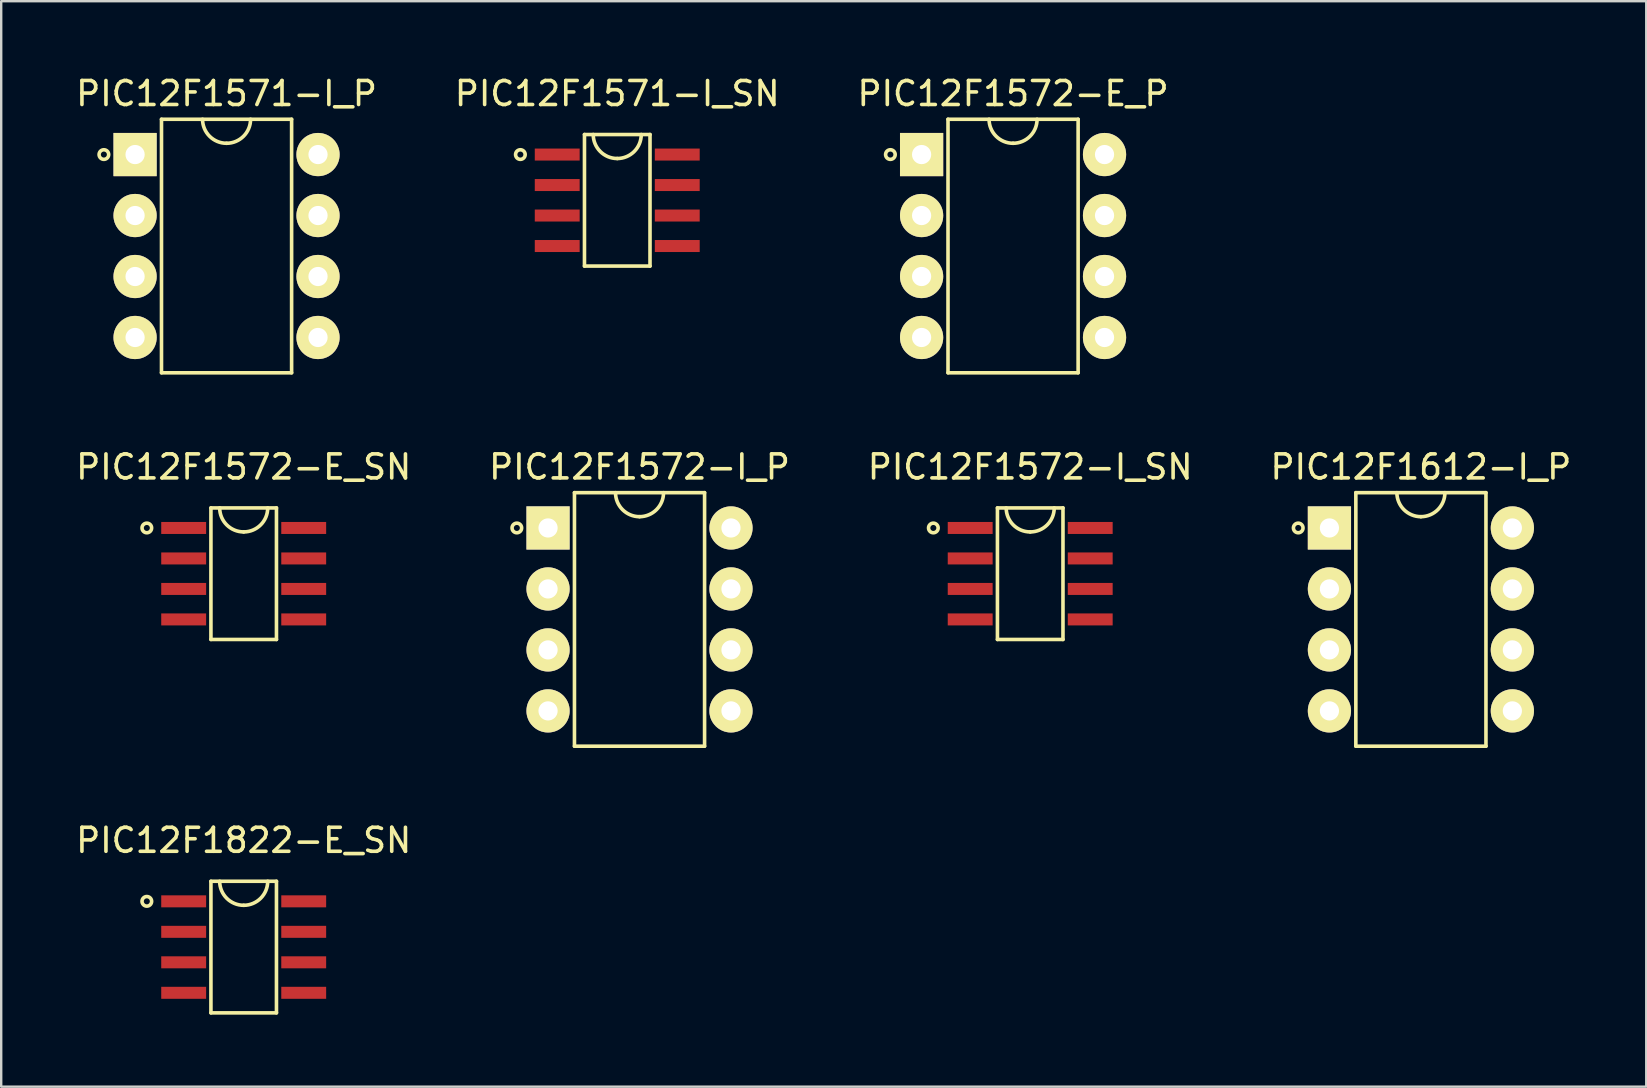
<source format=kicad_pcb>
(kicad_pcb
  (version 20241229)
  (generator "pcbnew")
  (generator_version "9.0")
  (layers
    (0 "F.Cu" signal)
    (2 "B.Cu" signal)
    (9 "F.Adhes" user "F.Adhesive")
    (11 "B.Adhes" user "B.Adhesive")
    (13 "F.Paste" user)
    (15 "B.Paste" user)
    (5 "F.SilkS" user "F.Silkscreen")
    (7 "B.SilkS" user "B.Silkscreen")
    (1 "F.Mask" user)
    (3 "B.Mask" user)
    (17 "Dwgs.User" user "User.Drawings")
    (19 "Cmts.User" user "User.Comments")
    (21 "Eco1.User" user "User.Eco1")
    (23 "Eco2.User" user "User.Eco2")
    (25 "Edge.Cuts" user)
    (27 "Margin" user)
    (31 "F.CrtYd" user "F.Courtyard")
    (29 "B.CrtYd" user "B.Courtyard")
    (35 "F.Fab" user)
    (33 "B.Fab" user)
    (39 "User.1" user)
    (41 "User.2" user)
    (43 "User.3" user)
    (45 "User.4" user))
  (footprint "PIC12F1822-E_SN"
    (layer "F.Cu")
    (at 4.601 34.495)
    (property "Reference" "PIC12F1822-E_SN" (at 2.5 -2.54 0) (layer "F.SilkS") (effects (font (size 1 1) (thickness 0.15))))
    (attr through_hole)
    (fp_line (start 1.135 -0.835) (end 3.865 -0.835) (stroke (width 0.15) (type solid)) (layer "F.SilkS"))
    (fp_line (start 1.135 4.645) (end 1.135 -0.835) (stroke (width 0.15) (type solid)) (layer "F.SilkS"))
    (fp_line (start 3.865 -0.835) (end 3.865 4.645) (stroke (width 0.15) (type solid)) (layer "F.SilkS"))
    (fp_line (start 3.865 4.645) (end 1.135 4.645) (stroke (width 0.15) (type solid)) (layer "F.SilkS"))
    (fp_arc (start 2.5 0.165) (mid 1.792893 -0.127893) (end 1.5 -0.835) (stroke (width 0.15) (type solid)) (layer "F.SilkS"))
    (fp_arc (start 3.5 -0.835) (mid 3.207107 -0.127893) (end 2.5 0.165) (stroke (width 0.15) (type solid)) (layer "F.SilkS"))
    (fp_circle (center -1.535 0) (end -1.535 0.2) (stroke (width 0.15) (type solid)) (fill no) (layer "F.SilkS"))
    (pad "1" smd rect (at 0 0) (size 1.87 0.5) (layers "F.Cu" "F.Mask" "F.Paste"))
    (pad "2" smd rect (at 0 1.27) (size 1.87 0.5) (layers "F.Cu" "F.Mask" "F.Paste"))
    (pad "3" smd rect (at 0 2.54) (size 1.87 0.5) (layers "F.Cu" "F.Mask" "F.Paste"))
    (pad "4" smd rect (at 0 3.81) (size 1.87 0.5) (layers "F.Cu" "F.Mask" "F.Paste"))
    (pad "5" smd rect (at 5 3.81) (size 1.87 0.5) (layers "F.Cu" "F.Mask" "F.Paste"))
    (pad "6" smd rect (at 5 2.54) (size 1.87 0.5) (layers "F.Cu" "F.Mask" "F.Paste"))
    (pad "7" smd rect (at 5 1.27) (size 1.87 0.5) (layers "F.Cu" "F.Mask" "F.Paste"))
    (pad "8" smd rect (at 5 0) (size 1.87 0.5) (layers "F.Cu" "F.Mask" "F.Paste")))
  (footprint "PIC12F1571-I_SN"
    (layer "F.Cu")
    (at 20.161 3.388)
    (property "Reference" "PIC12F1571-I_SN" (at 2.5 -2.54 0) (layer "F.SilkS") (effects (font (size 1 1) (thickness 0.15))))
    (attr through_hole)
    (fp_line (start 1.135 -0.835) (end 3.865 -0.835) (stroke (width 0.15) (type solid)) (layer "F.SilkS"))
    (fp_line (start 1.135 4.645) (end 1.135 -0.835) (stroke (width 0.15) (type solid)) (layer "F.SilkS"))
    (fp_line (start 3.865 -0.835) (end 3.865 4.645) (stroke (width 0.15) (type solid)) (layer "F.SilkS"))
    (fp_line (start 3.865 4.645) (end 1.135 4.645) (stroke (width 0.15) (type solid)) (layer "F.SilkS"))
    (fp_arc (start 2.5 0.165) (mid 1.792893 -0.127893) (end 1.5 -0.835) (stroke (width 0.15) (type solid)) (layer "F.SilkS"))
    (fp_arc (start 3.5 -0.835) (mid 3.207107 -0.127893) (end 2.5 0.165) (stroke (width 0.15) (type solid)) (layer "F.SilkS"))
    (fp_circle (center -1.535 0) (end -1.535 0.2) (stroke (width 0.15) (type solid)) (fill no) (layer "F.SilkS"))
    (pad "1" smd rect (at 0 0) (size 1.87 0.5) (layers "F.Cu" "F.Mask" "F.Paste"))
    (pad "2" smd rect (at 0 1.27) (size 1.87 0.5) (layers "F.Cu" "F.Mask" "F.Paste"))
    (pad "3" smd rect (at 0 2.54) (size 1.87 0.5) (layers "F.Cu" "F.Mask" "F.Paste"))
    (pad "4" smd rect (at 0 3.81) (size 1.87 0.5) (layers "F.Cu" "F.Mask" "F.Paste"))
    (pad "5" smd rect (at 5 3.81) (size 1.87 0.5) (layers "F.Cu" "F.Mask" "F.Paste"))
    (pad "6" smd rect (at 5 2.54) (size 1.87 0.5) (layers "F.Cu" "F.Mask" "F.Paste"))
    (pad "7" smd rect (at 5 1.27) (size 1.87 0.5) (layers "F.Cu" "F.Mask" "F.Paste"))
    (pad "8" smd rect (at 5 0) (size 1.87 0.5) (layers "F.Cu" "F.Mask" "F.Paste")))
  (footprint "PIC12F1572-E_SN"
    (layer "F.Cu")
    (at 4.601 18.942)
    (property "Reference" "PIC12F1572-E_SN" (at 2.5 -2.54 0) (layer "F.SilkS") (effects (font (size 1 1) (thickness 0.15))))
    (attr through_hole)
    (fp_line (start 1.135 -0.835) (end 3.865 -0.835) (stroke (width 0.15) (type solid)) (layer "F.SilkS"))
    (fp_line (start 1.135 4.645) (end 1.135 -0.835) (stroke (width 0.15) (type solid)) (layer "F.SilkS"))
    (fp_line (start 3.865 -0.835) (end 3.865 4.645) (stroke (width 0.15) (type solid)) (layer "F.SilkS"))
    (fp_line (start 3.865 4.645) (end 1.135 4.645) (stroke (width 0.15) (type solid)) (layer "F.SilkS"))
    (fp_arc (start 2.5 0.165) (mid 1.792893 -0.127893) (end 1.5 -0.835) (stroke (width 0.15) (type solid)) (layer "F.SilkS"))
    (fp_arc (start 3.5 -0.835) (mid 3.207107 -0.127893) (end 2.5 0.165) (stroke (width 0.15) (type solid)) (layer "F.SilkS"))
    (fp_circle (center -1.535 0) (end -1.535 0.2) (stroke (width 0.15) (type solid)) (fill no) (layer "F.SilkS"))
    (pad "1" smd rect (at 0 0) (size 1.87 0.5) (layers "F.Cu" "F.Mask" "F.Paste"))
    (pad "2" smd rect (at 0 1.27) (size 1.87 0.5) (layers "F.Cu" "F.Mask" "F.Paste"))
    (pad "3" smd rect (at 0 2.54) (size 1.87 0.5) (layers "F.Cu" "F.Mask" "F.Paste"))
    (pad "4" smd rect (at 0 3.81) (size 1.87 0.5) (layers "F.Cu" "F.Mask" "F.Paste"))
    (pad "5" smd rect (at 5 3.81) (size 1.87 0.5) (layers "F.Cu" "F.Mask" "F.Paste"))
    (pad "6" smd rect (at 5 2.54) (size 1.87 0.5) (layers "F.Cu" "F.Mask" "F.Paste"))
    (pad "7" smd rect (at 5 1.27) (size 1.87 0.5) (layers "F.Cu" "F.Mask" "F.Paste"))
    (pad "8" smd rect (at 5 0) (size 1.87 0.5) (layers "F.Cu" "F.Mask" "F.Paste")))
  (footprint "PIC12F1571-I_P"
    (layer "F.Cu")
    (at 2.577 3.388)
    (property "Reference" "PIC12F1571-I_P" (at 3.81 -2.54 0) (layer "F.SilkS") (effects (font (size 1 1) (thickness 0.15))))
    (attr through_hole)
    (fp_line (start 1.1 -1.47) (end 6.52 -1.47) (stroke (width 0.15) (type solid)) (layer "F.SilkS"))
    (fp_line (start 1.1 9.09) (end 1.1 -1.47) (stroke (width 0.15) (type solid)) (layer "F.SilkS"))
    (fp_line (start 6.52 -1.47) (end 6.52 9.09) (stroke (width 0.15) (type solid)) (layer "F.SilkS"))
    (fp_line (start 6.52 9.09) (end 1.1 9.09) (stroke (width 0.15) (type solid)) (layer "F.SilkS"))
    (fp_arc (start 3.81 -0.47) (mid 3.102893 -0.762893) (end 2.81 -1.47) (stroke (width 0.15) (type solid)) (layer "F.SilkS"))
    (fp_arc (start 4.81 -1.47) (mid 4.517107 -0.762893) (end 3.81 -0.47) (stroke (width 0.15) (type solid)) (layer "F.SilkS"))
    (fp_circle (center -1.3 0) (end -1.3 0.2) (stroke (width 0.15) (type solid)) (fill no) (layer "F.SilkS"))
    (pad "1" thru_hole rect (at 0 0) (size 1.8 1.8) (drill 0.8) (layers "*.Cu" "*.Mask" "F.SilkS"))
    (pad "2" thru_hole circle (at 0 2.54) (size 1.8 1.8) (drill 0.8) (layers "*.Cu" "*.Mask" "F.SilkS"))
    (pad "3" thru_hole circle (at 0 5.08) (size 1.8 1.8) (drill 0.8) (layers "*.Cu" "*.Mask" "F.SilkS"))
    (pad "4" thru_hole circle (at 0 7.62) (size 1.8 1.8) (drill 0.8) (layers "*.Cu" "*.Mask" "F.SilkS"))
    (pad "5" thru_hole circle (at 7.62 7.62) (size 1.8 1.8) (drill 0.8) (layers "*.Cu" "*.Mask" "F.SilkS"))
    (pad "6" thru_hole circle (at 7.62 5.08) (size 1.8 1.8) (drill 0.8) (layers "*.Cu" "*.Mask" "F.SilkS"))
    (pad "7" thru_hole circle (at 7.62 2.54) (size 1.8 1.8) (drill 0.8) (layers "*.Cu" "*.Mask" "F.SilkS"))
    (pad "8" thru_hole circle (at 7.62 0) (size 1.8 1.8) (drill 0.8) (layers "*.Cu" "*.Mask" "F.SilkS")))
  (footprint "PIC12F1572-I_P"
    (layer "F.Cu")
    (at 19.779 18.942)
    (property "Reference" "PIC12F1572-I_P" (at 3.81 -2.54 0) (layer "F.SilkS") (effects (font (size 1 1) (thickness 0.15))))
    (attr through_hole)
    (fp_line (start 1.1 -1.47) (end 6.52 -1.47) (stroke (width 0.15) (type solid)) (layer "F.SilkS"))
    (fp_line (start 1.1 9.09) (end 1.1 -1.47) (stroke (width 0.15) (type solid)) (layer "F.SilkS"))
    (fp_line (start 6.52 -1.47) (end 6.52 9.09) (stroke (width 0.15) (type solid)) (layer "F.SilkS"))
    (fp_line (start 6.52 9.09) (end 1.1 9.09) (stroke (width 0.15) (type solid)) (layer "F.SilkS"))
    (fp_arc (start 3.81 -0.47) (mid 3.102893 -0.762893) (end 2.81 -1.47) (stroke (width 0.15) (type solid)) (layer "F.SilkS"))
    (fp_arc (start 4.81 -1.47) (mid 4.517107 -0.762893) (end 3.81 -0.47) (stroke (width 0.15) (type solid)) (layer "F.SilkS"))
    (fp_circle (center -1.3 0) (end -1.3 0.2) (stroke (width 0.15) (type solid)) (fill no) (layer "F.SilkS"))
    (pad "1" thru_hole rect (at 0 0) (size 1.8 1.8) (drill 0.8) (layers "*.Cu" "*.Mask" "F.SilkS"))
    (pad "2" thru_hole circle (at 0 2.54) (size 1.8 1.8) (drill 0.8) (layers "*.Cu" "*.Mask" "F.SilkS"))
    (pad "3" thru_hole circle (at 0 5.08) (size 1.8 1.8) (drill 0.8) (layers "*.Cu" "*.Mask" "F.SilkS"))
    (pad "4" thru_hole circle (at 0 7.62) (size 1.8 1.8) (drill 0.8) (layers "*.Cu" "*.Mask" "F.SilkS"))
    (pad "5" thru_hole circle (at 7.62 7.62) (size 1.8 1.8) (drill 0.8) (layers "*.Cu" "*.Mask" "F.SilkS"))
    (pad "6" thru_hole circle (at 7.62 5.08) (size 1.8 1.8) (drill 0.8) (layers "*.Cu" "*.Mask" "F.SilkS"))
    (pad "7" thru_hole circle (at 7.62 2.54) (size 1.8 1.8) (drill 0.8) (layers "*.Cu" "*.Mask" "F.SilkS"))
    (pad "8" thru_hole circle (at 7.62 0) (size 1.8 1.8) (drill 0.8) (layers "*.Cu" "*.Mask" "F.SilkS")))
  (footprint "PIC12F1612-I_P"
    (layer "F.Cu")
    (at 52.327 18.942)
    (property "Reference" "PIC12F1612-I_P" (at 3.81 -2.54 0) (layer "F.SilkS") (effects (font (size 1 1) (thickness 0.15))))
    (attr through_hole)
    (fp_line (start 1.1 -1.47) (end 6.52 -1.47) (stroke (width 0.15) (type solid)) (layer "F.SilkS"))
    (fp_line (start 1.1 9.09) (end 1.1 -1.47) (stroke (width 0.15) (type solid)) (layer "F.SilkS"))
    (fp_line (start 6.52 -1.47) (end 6.52 9.09) (stroke (width 0.15) (type solid)) (layer "F.SilkS"))
    (fp_line (start 6.52 9.09) (end 1.1 9.09) (stroke (width 0.15) (type solid)) (layer "F.SilkS"))
    (fp_arc (start 3.81 -0.47) (mid 3.102893 -0.762893) (end 2.81 -1.47) (stroke (width 0.15) (type solid)) (layer "F.SilkS"))
    (fp_arc (start 4.81 -1.47) (mid 4.517107 -0.762893) (end 3.81 -0.47) (stroke (width 0.15) (type solid)) (layer "F.SilkS"))
    (fp_circle (center -1.3 0) (end -1.3 0.2) (stroke (width 0.15) (type solid)) (fill no) (layer "F.SilkS"))
    (pad "1" thru_hole rect (at 0 0) (size 1.8 1.8) (drill 0.8) (layers "*.Cu" "*.Mask" "F.SilkS"))
    (pad "2" thru_hole circle (at 0 2.54) (size 1.8 1.8) (drill 0.8) (layers "*.Cu" "*.Mask" "F.SilkS"))
    (pad "3" thru_hole circle (at 0 5.08) (size 1.8 1.8) (drill 0.8) (layers "*.Cu" "*.Mask" "F.SilkS"))
    (pad "4" thru_hole circle (at 0 7.62) (size 1.8 1.8) (drill 0.8) (layers "*.Cu" "*.Mask" "F.SilkS"))
    (pad "5" thru_hole circle (at 7.62 7.62) (size 1.8 1.8) (drill 0.8) (layers "*.Cu" "*.Mask" "F.SilkS"))
    (pad "6" thru_hole circle (at 7.62 5.08) (size 1.8 1.8) (drill 0.8) (layers "*.Cu" "*.Mask" "F.SilkS"))
    (pad "7" thru_hole circle (at 7.62 2.54) (size 1.8 1.8) (drill 0.8) (layers "*.Cu" "*.Mask" "F.SilkS"))
    (pad "8" thru_hole circle (at 7.62 0) (size 1.8 1.8) (drill 0.8) (layers "*.Cu" "*.Mask" "F.SilkS")))
  (footprint "PIC12F1572-I_SN"
    (layer "F.Cu")
    (at 37.363 18.942)
    (property "Reference" "PIC12F1572-I_SN" (at 2.5 -2.54 0) (layer "F.SilkS") (effects (font (size 1 1) (thickness 0.15))))
    (attr through_hole)
    (fp_line (start 1.135 -0.835) (end 3.865 -0.835) (stroke (width 0.15) (type solid)) (layer "F.SilkS"))
    (fp_line (start 1.135 4.645) (end 1.135 -0.835) (stroke (width 0.15) (type solid)) (layer "F.SilkS"))
    (fp_line (start 3.865 -0.835) (end 3.865 4.645) (stroke (width 0.15) (type solid)) (layer "F.SilkS"))
    (fp_line (start 3.865 4.645) (end 1.135 4.645) (stroke (width 0.15) (type solid)) (layer "F.SilkS"))
    (fp_arc (start 2.5 0.165) (mid 1.792893 -0.127893) (end 1.5 -0.835) (stroke (width 0.15) (type solid)) (layer "F.SilkS"))
    (fp_arc (start 3.5 -0.835) (mid 3.207107 -0.127893) (end 2.5 0.165) (stroke (width 0.15) (type solid)) (layer "F.SilkS"))
    (fp_circle (center -1.535 0) (end -1.535 0.2) (stroke (width 0.15) (type solid)) (fill no) (layer "F.SilkS"))
    (pad "1" smd rect (at 0 0) (size 1.87 0.5) (layers "F.Cu" "F.Mask" "F.Paste"))
    (pad "2" smd rect (at 0 1.27) (size 1.87 0.5) (layers "F.Cu" "F.Mask" "F.Paste"))
    (pad "3" smd rect (at 0 2.54) (size 1.87 0.5) (layers "F.Cu" "F.Mask" "F.Paste"))
    (pad "4" smd rect (at 0 3.81) (size 1.87 0.5) (layers "F.Cu" "F.Mask" "F.Paste"))
    (pad "5" smd rect (at 5 3.81) (size 1.87 0.5) (layers "F.Cu" "F.Mask" "F.Paste"))
    (pad "6" smd rect (at 5 2.54) (size 1.87 0.5) (layers "F.Cu" "F.Mask" "F.Paste"))
    (pad "7" smd rect (at 5 1.27) (size 1.87 0.5) (layers "F.Cu" "F.Mask" "F.Paste"))
    (pad "8" smd rect (at 5 0) (size 1.87 0.5) (layers "F.Cu" "F.Mask" "F.Paste")))
  (footprint "PIC12F1572-E_P"
    (layer "F.Cu")
    (at 35.339 3.388)
    (property "Reference" "PIC12F1572-E_P" (at 3.81 -2.54 0) (layer "F.SilkS") (effects (font (size 1 1) (thickness 0.15))))
    (attr through_hole)
    (fp_line (start 1.1 -1.47) (end 6.52 -1.47) (stroke (width 0.15) (type solid)) (layer "F.SilkS"))
    (fp_line (start 1.1 9.09) (end 1.1 -1.47) (stroke (width 0.15) (type solid)) (layer "F.SilkS"))
    (fp_line (start 6.52 -1.47) (end 6.52 9.09) (stroke (width 0.15) (type solid)) (layer "F.SilkS"))
    (fp_line (start 6.52 9.09) (end 1.1 9.09) (stroke (width 0.15) (type solid)) (layer "F.SilkS"))
    (fp_arc (start 3.81 -0.47) (mid 3.102893 -0.762893) (end 2.81 -1.47) (stroke (width 0.15) (type solid)) (layer "F.SilkS"))
    (fp_arc (start 4.81 -1.47) (mid 4.517107 -0.762893) (end 3.81 -0.47) (stroke (width 0.15) (type solid)) (layer "F.SilkS"))
    (fp_circle (center -1.3 0) (end -1.3 0.2) (stroke (width 0.15) (type solid)) (fill no) (layer "F.SilkS"))
    (pad "1" thru_hole rect (at 0 0) (size 1.8 1.8) (drill 0.8) (layers "*.Cu" "*.Mask" "F.SilkS"))
    (pad "2" thru_hole circle (at 0 2.54) (size 1.8 1.8) (drill 0.8) (layers "*.Cu" "*.Mask" "F.SilkS"))
    (pad "3" thru_hole circle (at 0 5.08) (size 1.8 1.8) (drill 0.8) (layers "*.Cu" "*.Mask" "F.SilkS"))
    (pad "4" thru_hole circle (at 0 7.62) (size 1.8 1.8) (drill 0.8) (layers "*.Cu" "*.Mask" "F.SilkS"))
    (pad "5" thru_hole circle (at 7.62 7.62) (size 1.8 1.8) (drill 0.8) (layers "*.Cu" "*.Mask" "F.SilkS"))
    (pad "6" thru_hole circle (at 7.62 5.08) (size 1.8 1.8) (drill 0.8) (layers "*.Cu" "*.Mask" "F.SilkS"))
    (pad "7" thru_hole circle (at 7.62 2.54) (size 1.8 1.8) (drill 0.8) (layers "*.Cu" "*.Mask" "F.SilkS"))
    (pad "8" thru_hole circle (at 7.62 0) (size 1.8 1.8) (drill 0.8) (layers "*.Cu" "*.Mask" "F.SilkS")))
  (gr_rect
    (start -3 -3)
    (end 65.524 42.215)
    (stroke (width 0.1) (type default))
    (fill no)
    (layer "Edge.Cuts")))
</source>
